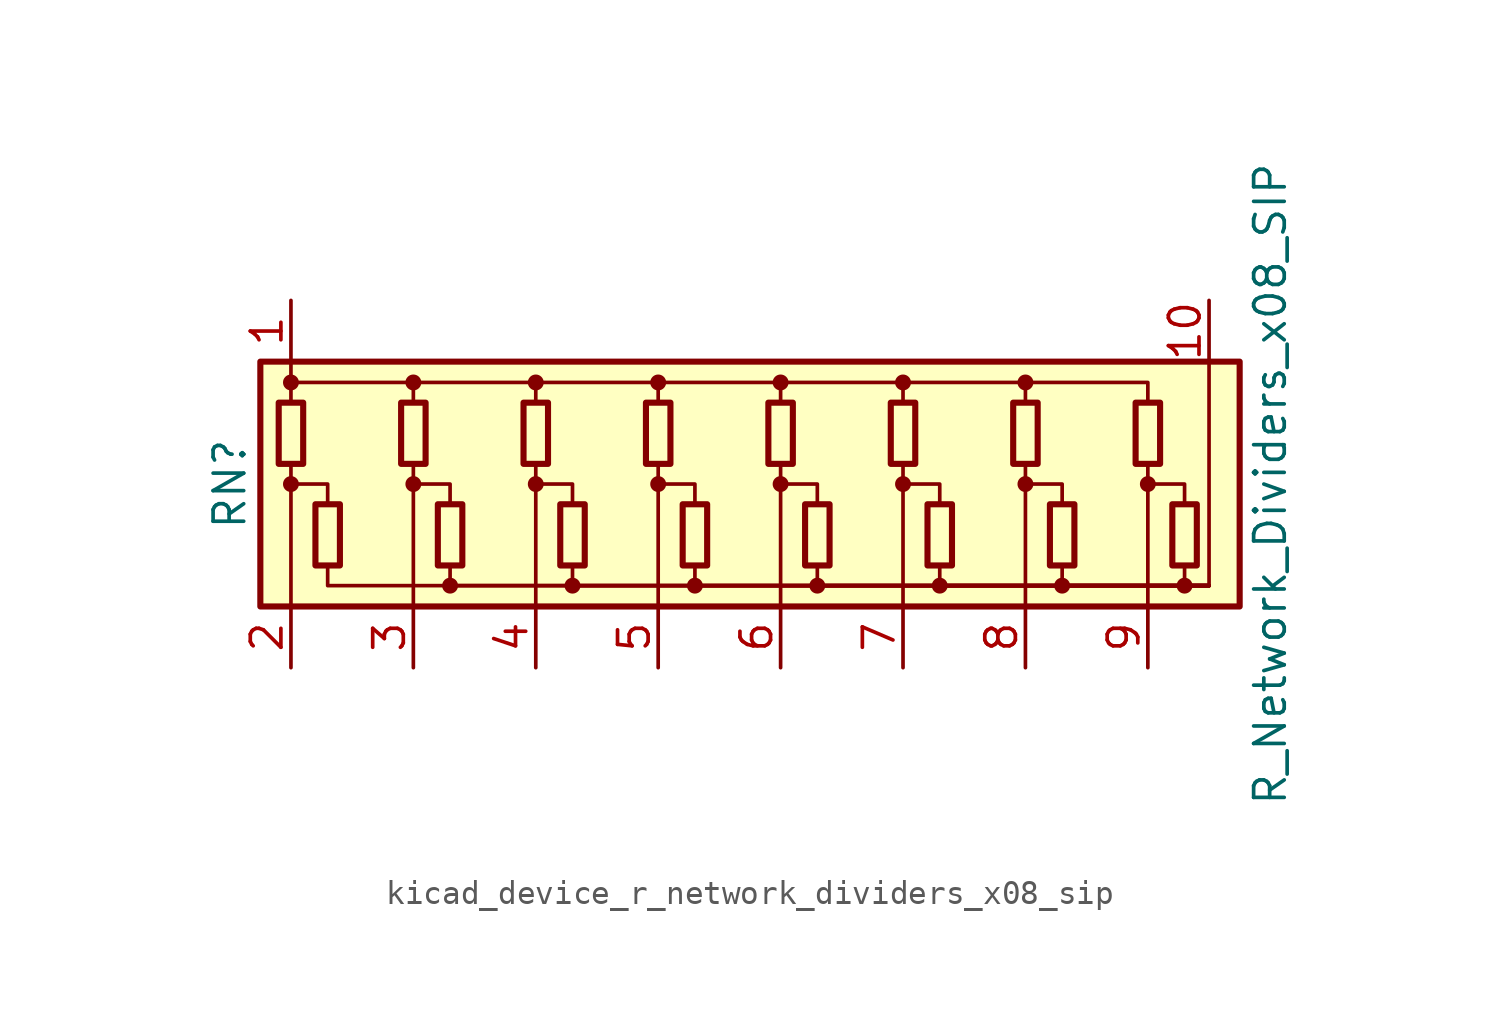
<source format=kicad_sym>
(kicad_symbol_lib
  (version 20220914)
  (generator kicad_symbol_editor)
  (symbol "kicad_device_r_network_dividers_x08_sip"
    (pin_names
      (offset 0) hide)
    (property "Reference" "RN"
      (at -22.86 0 90)
      (effects (font (size 1.27 1.27))))
    (property "Value" "R_Network_Dividers_x08_SIP"
      (at 20.32 0 90)
      (effects (font (size 1.27 1.27))))
    (symbol "kicad_device_r_network_dividers_x08_sip_0_1"
      (rectangle (start -21.59 -5.08) (end 19.05 5.08) (stroke (width 0.254) (type default)) (fill (type background)))
      (rectangle (start -20.828 3.378) (end -19.812 0.838) (stroke (width 0.254) (type default)) (fill (type none)))
      (circle (center -20.32 0) (radius 0.254) (stroke (width 0) (type default)) (fill (type outline)))
      (circle (center -20.32 4.216) (radius 0.254) (stroke (width 0) (type default)) (fill (type outline)))
      (rectangle (start -19.304 -3.378) (end -18.288 -0.838) (stroke (width 0.254) (type default)) (fill (type none)))
      (rectangle (start -15.748 3.378) (end -14.732 0.838) (stroke (width 0.254) (type default)) (fill (type none)))
      (circle (center -15.24 0) (radius 0.254) (stroke (width 0) (type default)) (fill (type outline)))
      (circle (center -15.24 4.216) (radius 0.254) (stroke (width 0) (type default)) (fill (type outline)))
      (rectangle (start -14.224 -3.378) (end -13.208 -0.838) (stroke (width 0.254) (type default)) (fill (type none)))
      (circle (center -13.716 -4.216) (radius 0.254) (stroke (width 0) (type default)) (fill (type outline)))
      (rectangle (start -10.668 3.378) (end -9.652 0.838) (stroke (width 0.254) (type default)) (fill (type none)))
      (circle (center -10.16 0) (radius 0.254) (stroke (width 0) (type default)) (fill (type outline)))
      (circle (center -10.16 4.216) (radius 0.254) (stroke (width 0) (type default)) (fill (type outline)))
      (rectangle (start -9.144 -3.378) (end -8.128 -0.838) (stroke (width 0.254) (type default)) (fill (type none)))
      (circle (center -8.636 -4.216) (radius 0.254) (stroke (width 0) (type default)) (fill (type outline)))
      (rectangle (start -5.588 3.378) (end -4.572 0.838) (stroke (width 0.254) (type default)) (fill (type none)))
      (circle (center -5.08 0) (radius 0.254) (stroke (width 0) (type default)) (fill (type outline)))
      (circle (center -5.08 4.216) (radius 0.254) (stroke (width 0) (type default)) (fill (type outline)))
      (rectangle (start -4.064 -3.378) (end -3.048 -0.838) (stroke (width 0.254) (type default)) (fill (type none)))
      (circle (center -3.556 -4.216) (radius 0.254) (stroke (width 0) (type default)) (fill (type outline)))
      (rectangle (start -0.508 3.378) (end 0.508 0.838) (stroke (width 0.254) (type default)) (fill (type none)))
      (polyline (pts (xy -20.32 -5.08) (xy -20.32 0.838)) (stroke (width 0) (type default)) (fill (type none)))
      (polyline (pts (xy -20.32 5.08) (xy -20.32 3.378)) (stroke (width 0) (type default)) (fill (type none)))
      (polyline (pts (xy -15.24 -5.08) (xy -15.24 0.838)) (stroke (width 0) (type default)) (fill (type none)))
      (polyline (pts (xy -10.16 -5.08) (xy -10.16 0.838)) (stroke (width 0) (type default)) (fill (type none)))
      (polyline (pts (xy -5.08 -5.08) (xy -5.08 0.838)) (stroke (width 0) (type default)) (fill (type none)))
      (polyline (pts (xy 0 -5.08) (xy 0 0.838)) (stroke (width 0) (type default)) (fill (type none)))
      (polyline (pts (xy 5.08 -5.08) (xy 5.08 0.838)) (stroke (width 0) (type default)) (fill (type none)))
      (polyline (pts (xy 10.16 -5.08) (xy 10.16 0.838)) (stroke (width 0) (type default)) (fill (type none)))
      (polyline (pts (xy 15.24 -5.08) (xy 15.24 0.838)) (stroke (width 0) (type default)) (fill (type none)))
      (polyline (pts (xy 17.78 -4.216) (xy 17.78 5.08)) (stroke (width 0) (type default)) (fill (type none)))
      (polyline (pts (xy -20.32 0) (xy -18.796 0) (xy -18.796 -0.838)) (stroke (width 0) (type default)) (fill (type none)))
      (polyline (pts (xy -20.32 4.216) (xy -15.24 4.216) (xy -15.24 3.378)) (stroke (width 0) (type default)) (fill (type none)))
      (polyline (pts (xy -18.796 -3.378) (xy -18.796 -4.216) (xy 17.78 -4.216)) (stroke (width 0) (type default)) (fill (type none)))
      (polyline (pts (xy -15.24 0) (xy -13.716 0) (xy -13.716 -0.838)) (stroke (width 0) (type default)) (fill (type none)))
      (polyline (pts (xy -15.24 4.216) (xy -10.16 4.216) (xy -10.16 3.378)) (stroke (width 0) (type default)) (fill (type none)))
      (polyline (pts (xy -13.716 -3.378) (xy -13.716 -4.216) (xy 17.78 -4.216)) (stroke (width 0) (type default)) (fill (type none)))
      (polyline (pts (xy -10.16 0) (xy -8.636 0) (xy -8.636 -0.838)) (stroke (width 0) (type default)) (fill (type none)))
      (polyline (pts (xy -10.16 4.216) (xy -5.08 4.216) (xy -5.08 3.378)) (stroke (width 0) (type default)) (fill (type none)))
      (polyline (pts (xy -8.636 -3.378) (xy -8.636 -4.216) (xy 17.78 -4.216)) (stroke (width 0) (type default)) (fill (type none)))
      (polyline (pts (xy -5.08 0) (xy -3.556 0) (xy -3.556 -0.838)) (stroke (width 0) (type default)) (fill (type none)))
      (polyline (pts (xy -5.08 4.216) (xy 0 4.216) (xy 0 3.378)) (stroke (width 0) (type default)) (fill (type none)))
      (polyline (pts (xy -3.556 -3.378) (xy -3.556 -4.216) (xy 17.78 -4.216)) (stroke (width 0) (type default)) (fill (type none)))
      (polyline (pts (xy 0 0) (xy 1.524 0) (xy 1.524 -0.838)) (stroke (width 0) (type default)) (fill (type none)))
      (polyline (pts (xy 0 4.216) (xy 5.08 4.216) (xy 5.08 3.378)) (stroke (width 0) (type default)) (fill (type none)))
      (polyline (pts (xy 1.524 -3.378) (xy 1.524 -4.216) (xy 17.78 -4.216)) (stroke (width 0) (type default)) (fill (type none)))
      (polyline (pts (xy 5.08 0) (xy 6.604 0) (xy 6.604 -0.838)) (stroke (width 0) (type default)) (fill (type none)))
      (polyline (pts (xy 5.08 4.216) (xy 10.16 4.216) (xy 10.16 3.378)) (stroke (width 0) (type default)) (fill (type none)))
      (polyline (pts (xy 6.604 -3.378) (xy 6.604 -4.216) (xy 17.78 -4.216)) (stroke (width 0) (type default)) (fill (type none)))
      (polyline (pts (xy 10.16 0) (xy 11.684 0) (xy 11.684 -0.838)) (stroke (width 0) (type default)) (fill (type none)))
      (polyline (pts (xy 10.16 4.216) (xy 15.24 4.216) (xy 15.24 3.378)) (stroke (width 0) (type default)) (fill (type none)))
      (polyline (pts (xy 11.684 -3.378) (xy 11.684 -4.216) (xy 17.78 -4.216)) (stroke (width 0) (type default)) (fill (type none)))
      (polyline (pts (xy 15.24 0) (xy 16.764 0) (xy 16.764 -0.838)) (stroke (width 0) (type default)) (fill (type none)))
      (polyline (pts (xy 16.764 -3.378) (xy 16.764 -4.216) (xy 17.78 -4.216)) (stroke (width 0) (type default)) (fill (type none)))
      (circle (center 0 0) (radius 0.254) (stroke (width 0) (type default)) (fill (type outline)))
      (circle (center 0 4.216) (radius 0.254) (stroke (width 0) (type default)) (fill (type outline)))
      (rectangle (start 1.016 -3.378) (end 2.032 -0.838) (stroke (width 0.254) (type default)) (fill (type none)))
      (circle (center 1.524 -4.216) (radius 0.254) (stroke (width 0) (type default)) (fill (type outline)))
      (rectangle (start 4.572 3.378) (end 5.588 0.838) (stroke (width 0.254) (type default)) (fill (type none)))
      (circle (center 5.08 0) (radius 0.254) (stroke (width 0) (type default)) (fill (type outline)))
      (circle (center 5.08 4.216) (radius 0.254) (stroke (width 0) (type default)) (fill (type outline)))
      (rectangle (start 6.096 -3.378) (end 7.112 -0.838) (stroke (width 0.254) (type default)) (fill (type none)))
      (circle (center 6.604 -4.216) (radius 0.254) (stroke (width 0) (type default)) (fill (type outline)))
      (rectangle (start 9.652 3.378) (end 10.668 0.838) (stroke (width 0.254) (type default)) (fill (type none)))
      (circle (center 10.16 0) (radius 0.254) (stroke (width 0) (type default)) (fill (type outline)))
      (circle (center 10.16 4.216) (radius 0.254) (stroke (width 0) (type default)) (fill (type outline)))
      (rectangle (start 11.176 -3.378) (end 12.192 -0.838) (stroke (width 0.254) (type default)) (fill (type none)))
      (circle (center 11.684 -4.216) (radius 0.254) (stroke (width 0) (type default)) (fill (type outline)))
      (rectangle (start 14.732 3.378) (end 15.748 0.838) (stroke (width 0.254) (type default)) (fill (type none)))
      (circle (center 15.24 0) (radius 0.254) (stroke (width 0) (type default)) (fill (type outline)))
      (rectangle (start 16.256 -3.378) (end 17.272 -0.838) (stroke (width 0.254) (type default)) (fill (type none)))
      (circle (center 16.764 -4.216) (radius 0.254) (stroke (width 0) (type default)) (fill (type outline))))
    (symbol "kicad_device_r_network_dividers_x08_sip_1_1"
      (pin passive line (at -20.32 7.62 270) (length 2.54) (name "COM1" (effects (font (size 1.27 1.27)))) (number "1" (effects (font (size 1.27 1.27)))))
      (pin passive line (at 17.78 7.62 270) (length 2.54) (name "COM2" (effects (font (size 1.27 1.27)))) (number "10" (effects (font (size 1.27 1.27)))))
      (pin passive line (at -20.32 -7.62 90) (length 2.54) (name "R1" (effects (font (size 1.27 1.27)))) (number "2" (effects (font (size 1.27 1.27)))))
      (pin passive line (at -15.24 -7.62 90) (length 2.54) (name "R2" (effects (font (size 1.27 1.27)))) (number "3" (effects (font (size 1.27 1.27)))))
      (pin passive line (at -10.16 -7.62 90) (length 2.54) (name "R3" (effects (font (size 1.27 1.27)))) (number "4" (effects (font (size 1.27 1.27)))))
      (pin passive line (at -5.08 -7.62 90) (length 2.54) (name "R4" (effects (font (size 1.27 1.27)))) (number "5" (effects (font (size 1.27 1.27)))))
      (pin passive line (at 0 -7.62 90) (length 2.54) (name "R5" (effects (font (size 1.27 1.27)))) (number "6" (effects (font (size 1.27 1.27)))))
      (pin passive line (at 5.08 -7.62 90) (length 2.54) (name "R6" (effects (font (size 1.27 1.27)))) (number "7" (effects (font (size 1.27 1.27)))))
      (pin passive line (at 10.16 -7.62 90) (length 2.54) (name "R7" (effects (font (size 1.27 1.27)))) (number "8" (effects (font (size 1.27 1.27)))))
      (pin passive line (at 15.24 -7.62 90) (length 2.54) (name "R8" (effects (font (size 1.27 1.27)))) (number "9" (effects (font (size 1.27 1.27))))))))
</source>
